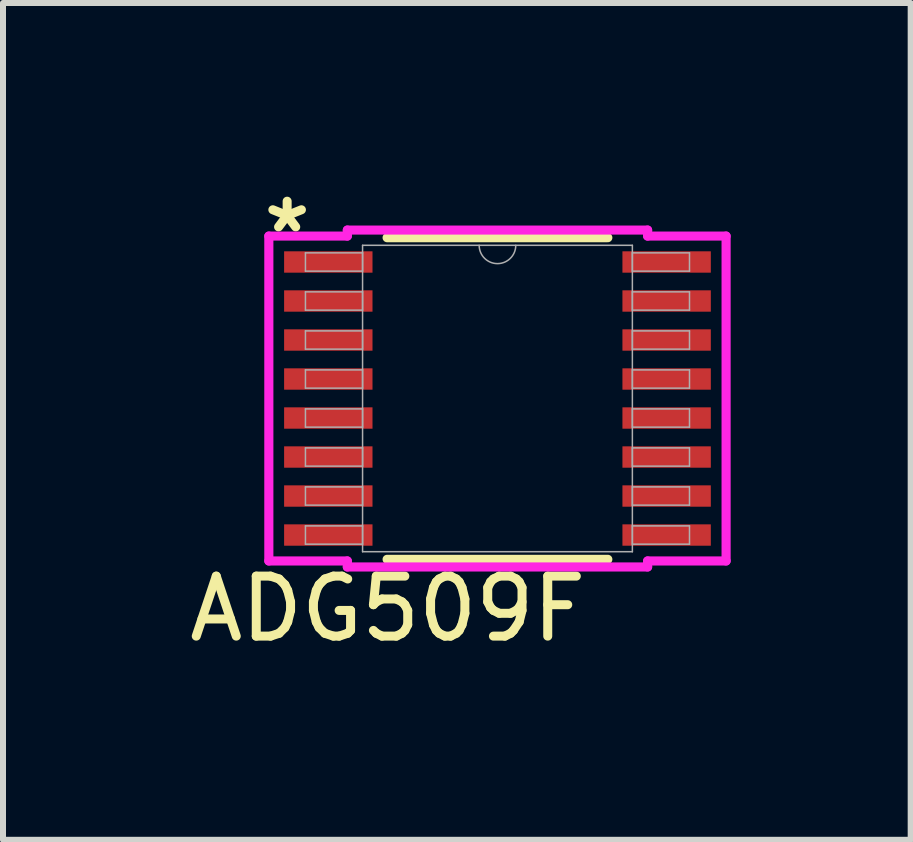
<source format=kicad_pcb>
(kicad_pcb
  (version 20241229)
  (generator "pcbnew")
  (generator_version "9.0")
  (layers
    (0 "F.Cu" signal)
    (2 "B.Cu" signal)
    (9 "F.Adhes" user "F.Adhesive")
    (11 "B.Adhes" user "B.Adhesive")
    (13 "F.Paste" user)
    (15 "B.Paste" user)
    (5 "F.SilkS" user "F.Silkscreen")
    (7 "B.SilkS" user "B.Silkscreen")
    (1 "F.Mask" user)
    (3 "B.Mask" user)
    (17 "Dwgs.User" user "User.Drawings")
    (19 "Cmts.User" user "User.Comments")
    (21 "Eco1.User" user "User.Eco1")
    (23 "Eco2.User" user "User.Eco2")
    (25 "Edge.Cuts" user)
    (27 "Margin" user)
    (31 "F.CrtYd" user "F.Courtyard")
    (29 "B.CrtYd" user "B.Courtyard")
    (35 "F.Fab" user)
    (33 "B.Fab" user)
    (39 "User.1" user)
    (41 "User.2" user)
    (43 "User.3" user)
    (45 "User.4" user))
  (footprint "ADG509F"
    (layer "F.Cu")
    (at 5.24 3.591)
    (property "Reference" "ADG509F" (at -1.829 3.505 0) (unlocked yes) (layer "F.SilkS") (effects (font (size 1 1) (thickness 0.15))))
    (attr smd)
    (fp_line (start -1.839 2.68) (end 1.839 2.68) (stroke (width 0.152) (type solid)) (layer "F.SilkS"))
    (fp_line (start 1.839 -2.68) (end -1.839 -2.68) (stroke (width 0.152) (type solid)) (layer "F.SilkS"))
    (fp_line (start -3.81 -2.707) (end -2.502 -2.707) (stroke (width 0.152) (type solid)) (layer "F.CrtYd"))
    (fp_line (start -3.81 2.707) (end -3.81 -2.707) (stroke (width 0.152) (type solid)) (layer "F.CrtYd"))
    (fp_line (start -3.81 2.707) (end -2.502 2.707) (stroke (width 0.152) (type solid)) (layer "F.CrtYd"))
    (fp_line (start -2.502 -2.807) (end 2.502 -2.807) (stroke (width 0.152) (type solid)) (layer "F.CrtYd"))
    (fp_line (start -2.502 -2.707) (end -2.502 -2.807) (stroke (width 0.152) (type solid)) (layer "F.CrtYd"))
    (fp_line (start -2.502 2.807) (end -2.502 2.707) (stroke (width 0.152) (type solid)) (layer "F.CrtYd"))
    (fp_line (start 2.502 -2.807) (end 2.502 -2.707) (stroke (width 0.152) (type solid)) (layer "F.CrtYd"))
    (fp_line (start 2.502 2.707) (end 2.502 2.807) (stroke (width 0.152) (type solid)) (layer "F.CrtYd"))
    (fp_line (start 2.502 2.807) (end -2.502 2.807) (stroke (width 0.152) (type solid)) (layer "F.CrtYd"))
    (fp_line (start 3.81 -2.707) (end 2.502 -2.707) (stroke (width 0.152) (type solid)) (layer "F.CrtYd"))
    (fp_line (start 3.81 -2.707) (end 3.81 2.707) (stroke (width 0.152) (type solid)) (layer "F.CrtYd"))
    (fp_line (start 3.81 2.707) (end 2.502 2.707) (stroke (width 0.152) (type solid)) (layer "F.CrtYd"))
    (fp_line (start -3.2 -2.427) (end -3.2 -2.123) (stroke (width 0.025) (type solid)) (layer "F.Fab"))
    (fp_line (start -3.2 -2.123) (end -2.248 -2.123) (stroke (width 0.025) (type solid)) (layer "F.Fab"))
    (fp_line (start -3.2 -1.777) (end -3.2 -1.473) (stroke (width 0.025) (type solid)) (layer "F.Fab"))
    (fp_line (start -3.2 -1.473) (end -2.248 -1.473) (stroke (width 0.025) (type solid)) (layer "F.Fab"))
    (fp_line (start -3.2 -1.127) (end -3.2 -0.823) (stroke (width 0.025) (type solid)) (layer "F.Fab"))
    (fp_line (start -3.2 -0.823) (end -2.248 -0.823) (stroke (width 0.025) (type solid)) (layer "F.Fab"))
    (fp_line (start -3.2 -0.477) (end -3.2 -0.173) (stroke (width 0.025) (type solid)) (layer "F.Fab"))
    (fp_line (start -3.2 -0.173) (end -2.248 -0.173) (stroke (width 0.025) (type solid)) (layer "F.Fab"))
    (fp_line (start -3.2 0.173) (end -3.2 0.477) (stroke (width 0.025) (type solid)) (layer "F.Fab"))
    (fp_line (start -3.2 0.477) (end -2.248 0.477) (stroke (width 0.025) (type solid)) (layer "F.Fab"))
    (fp_line (start -3.2 0.823) (end -3.2 1.127) (stroke (width 0.025) (type solid)) (layer "F.Fab"))
    (fp_line (start -3.2 1.127) (end -2.248 1.127) (stroke (width 0.025) (type solid)) (layer "F.Fab"))
    (fp_line (start -3.2 1.473) (end -3.2 1.777) (stroke (width 0.025) (type solid)) (layer "F.Fab"))
    (fp_line (start -3.2 1.777) (end -2.248 1.777) (stroke (width 0.025) (type solid)) (layer "F.Fab"))
    (fp_line (start -3.2 2.123) (end -3.2 2.427) (stroke (width 0.025) (type solid)) (layer "F.Fab"))
    (fp_line (start -3.2 2.427) (end -2.248 2.427) (stroke (width 0.025) (type solid)) (layer "F.Fab"))
    (fp_line (start -2.248 -2.553) (end -2.248 2.553) (stroke (width 0.025) (type solid)) (layer "F.Fab"))
    (fp_line (start -2.248 -2.427) (end -3.2 -2.427) (stroke (width 0.025) (type solid)) (layer "F.Fab"))
    (fp_line (start -2.248 -2.123) (end -2.248 -2.427) (stroke (width 0.025) (type solid)) (layer "F.Fab"))
    (fp_line (start -2.248 -1.777) (end -3.2 -1.777) (stroke (width 0.025) (type solid)) (layer "F.Fab"))
    (fp_line (start -2.248 -1.473) (end -2.248 -1.777) (stroke (width 0.025) (type solid)) (layer "F.Fab"))
    (fp_line (start -2.248 -1.127) (end -3.2 -1.127) (stroke (width 0.025) (type solid)) (layer "F.Fab"))
    (fp_line (start -2.248 -0.823) (end -2.248 -1.127) (stroke (width 0.025) (type solid)) (layer "F.Fab"))
    (fp_line (start -2.248 -0.477) (end -3.2 -0.477) (stroke (width 0.025) (type solid)) (layer "F.Fab"))
    (fp_line (start -2.248 -0.173) (end -2.248 -0.477) (stroke (width 0.025) (type solid)) (layer "F.Fab"))
    (fp_line (start -2.248 0.173) (end -3.2 0.173) (stroke (width 0.025) (type solid)) (layer "F.Fab"))
    (fp_line (start -2.248 0.477) (end -2.248 0.173) (stroke (width 0.025) (type solid)) (layer "F.Fab"))
    (fp_line (start -2.248 0.823) (end -3.2 0.823) (stroke (width 0.025) (type solid)) (layer "F.Fab"))
    (fp_line (start -2.248 1.127) (end -2.248 0.823) (stroke (width 0.025) (type solid)) (layer "F.Fab"))
    (fp_line (start -2.248 1.473) (end -3.2 1.473) (stroke (width 0.025) (type solid)) (layer "F.Fab"))
    (fp_line (start -2.248 1.777) (end -2.248 1.473) (stroke (width 0.025) (type solid)) (layer "F.Fab"))
    (fp_line (start -2.248 2.123) (end -3.2 2.123) (stroke (width 0.025) (type solid)) (layer "F.Fab"))
    (fp_line (start -2.248 2.427) (end -2.248 2.123) (stroke (width 0.025) (type solid)) (layer "F.Fab"))
    (fp_line (start -2.248 2.553) (end 2.248 2.553) (stroke (width 0.025) (type solid)) (layer "F.Fab"))
    (fp_line (start 2.248 -2.553) (end -2.248 -2.553) (stroke (width 0.025) (type solid)) (layer "F.Fab"))
    (fp_line (start 2.248 -2.427) (end 2.248 -2.123) (stroke (width 0.025) (type solid)) (layer "F.Fab"))
    (fp_line (start 2.248 -2.123) (end 3.2 -2.123) (stroke (width 0.025) (type solid)) (layer "F.Fab"))
    (fp_line (start 2.248 -1.777) (end 2.248 -1.473) (stroke (width 0.025) (type solid)) (layer "F.Fab"))
    (fp_line (start 2.248 -1.473) (end 3.2 -1.473) (stroke (width 0.025) (type solid)) (layer "F.Fab"))
    (fp_line (start 2.248 -1.127) (end 2.248 -0.823) (stroke (width 0.025) (type solid)) (layer "F.Fab"))
    (fp_line (start 2.248 -0.823) (end 3.2 -0.823) (stroke (width 0.025) (type solid)) (layer "F.Fab"))
    (fp_line (start 2.248 -0.477) (end 2.248 -0.173) (stroke (width 0.025) (type solid)) (layer "F.Fab"))
    (fp_line (start 2.248 -0.173) (end 3.2 -0.173) (stroke (width 0.025) (type solid)) (layer "F.Fab"))
    (fp_line (start 2.248 0.173) (end 2.248 0.477) (stroke (width 0.025) (type solid)) (layer "F.Fab"))
    (fp_line (start 2.248 0.477) (end 3.2 0.477) (stroke (width 0.025) (type solid)) (layer "F.Fab"))
    (fp_line (start 2.248 0.823) (end 2.248 1.127) (stroke (width 0.025) (type solid)) (layer "F.Fab"))
    (fp_line (start 2.248 1.127) (end 3.2 1.127) (stroke (width 0.025) (type solid)) (layer "F.Fab"))
    (fp_line (start 2.248 1.473) (end 2.248 1.777) (stroke (width 0.025) (type solid)) (layer "F.Fab"))
    (fp_line (start 2.248 1.777) (end 3.2 1.777) (stroke (width 0.025) (type solid)) (layer "F.Fab"))
    (fp_line (start 2.248 2.123) (end 2.248 2.427) (stroke (width 0.025) (type solid)) (layer "F.Fab"))
    (fp_line (start 2.248 2.427) (end 3.2 2.427) (stroke (width 0.025) (type solid)) (layer "F.Fab"))
    (fp_line (start 2.248 2.553) (end 2.248 -2.553) (stroke (width 0.025) (type solid)) (layer "F.Fab"))
    (fp_line (start 3.2 -2.427) (end 2.248 -2.427) (stroke (width 0.025) (type solid)) (layer "F.Fab"))
    (fp_line (start 3.2 -2.123) (end 3.2 -2.427) (stroke (width 0.025) (type solid)) (layer "F.Fab"))
    (fp_line (start 3.2 -1.777) (end 2.248 -1.777) (stroke (width 0.025) (type solid)) (layer "F.Fab"))
    (fp_line (start 3.2 -1.473) (end 3.2 -1.777) (stroke (width 0.025) (type solid)) (layer "F.Fab"))
    (fp_line (start 3.2 -1.127) (end 2.248 -1.127) (stroke (width 0.025) (type solid)) (layer "F.Fab"))
    (fp_line (start 3.2 -0.823) (end 3.2 -1.127) (stroke (width 0.025) (type solid)) (layer "F.Fab"))
    (fp_line (start 3.2 -0.477) (end 2.248 -0.477) (stroke (width 0.025) (type solid)) (layer "F.Fab"))
    (fp_line (start 3.2 -0.173) (end 3.2 -0.477) (stroke (width 0.025) (type solid)) (layer "F.Fab"))
    (fp_line (start 3.2 0.173) (end 2.248 0.173) (stroke (width 0.025) (type solid)) (layer "F.Fab"))
    (fp_line (start 3.2 0.477) (end 3.2 0.173) (stroke (width 0.025) (type solid)) (layer "F.Fab"))
    (fp_line (start 3.2 0.823) (end 2.248 0.823) (stroke (width 0.025) (type solid)) (layer "F.Fab"))
    (fp_line (start 3.2 1.127) (end 3.2 0.823) (stroke (width 0.025) (type solid)) (layer "F.Fab"))
    (fp_line (start 3.2 1.473) (end 2.248 1.473) (stroke (width 0.025) (type solid)) (layer "F.Fab"))
    (fp_line (start 3.2 1.777) (end 3.2 1.473) (stroke (width 0.025) (type solid)) (layer "F.Fab"))
    (fp_line (start 3.2 2.123) (end 2.248 2.123) (stroke (width 0.025) (type solid)) (layer "F.Fab"))
    (fp_line (start 3.2 2.427) (end 3.2 2.123) (stroke (width 0.025) (type solid)) (layer "F.Fab"))
    (fp_arc (start 0.3048 -2.5527) (mid 0 -2.2479) (end -0.3048 -2.5527) (stroke (width 0.0254) (type solid)) (layer "F.Fab"))
    (fp_text user "*" (at -3.505 -2.743 0) (unlocked yes) (layer "F.SilkS") (effects (font (size 1 1) (thickness 0.15))))
    (pad "1" smd rect (at -2.819 -2.275) (size 1.473 0.356) (layers "F.Cu" "F.Mask" "F.Paste"))
    (pad "2" smd rect (at -2.819 -1.625) (size 1.473 0.356) (layers "F.Cu" "F.Mask" "F.Paste"))
    (pad "3" smd rect (at -2.819 -0.975) (size 1.473 0.356) (layers "F.Cu" "F.Mask" "F.Paste"))
    (pad "4" smd rect (at -2.819 -0.325) (size 1.473 0.356) (layers "F.Cu" "F.Mask" "F.Paste"))
    (pad "5" smd rect (at -2.819 0.325) (size 1.473 0.356) (layers "F.Cu" "F.Mask" "F.Paste"))
    (pad "6" smd rect (at -2.819 0.975) (size 1.473 0.356) (layers "F.Cu" "F.Mask" "F.Paste"))
    (pad "7" smd rect (at -2.819 1.625) (size 1.473 0.356) (layers "F.Cu" "F.Mask" "F.Paste"))
    (pad "8" smd rect (at -2.819 2.275) (size 1.473 0.356) (layers "F.Cu" "F.Mask" "F.Paste"))
    (pad "9" smd rect (at 2.819 2.275) (size 1.473 0.356) (layers "F.Cu" "F.Mask" "F.Paste"))
    (pad "10" smd rect (at 2.819 1.625) (size 1.473 0.356) (layers "F.Cu" "F.Mask" "F.Paste"))
    (pad "11" smd rect (at 2.819 0.975) (size 1.473 0.356) (layers "F.Cu" "F.Mask" "F.Paste"))
    (pad "12" smd rect (at 2.819 0.325) (size 1.473 0.356) (layers "F.Cu" "F.Mask" "F.Paste"))
    (pad "13" smd rect (at 2.819 -0.325) (size 1.473 0.356) (layers "F.Cu" "F.Mask" "F.Paste"))
    (pad "14" smd rect (at 2.819 -0.975) (size 1.473 0.356) (layers "F.Cu" "F.Mask" "F.Paste"))
    (pad "15" smd rect (at 2.819 -1.625) (size 1.473 0.356) (layers "F.Cu" "F.Mask" "F.Paste"))
    (pad "16" smd rect (at 2.819 -2.275) (size 1.473 0.356) (layers "F.Cu" "F.Mask" "F.Paste")))
  (gr_rect
    (start -3 -3)
    (end 12.126 10.945)
    (stroke (width 0.1) (type default))
    (fill no)
    (layer "Edge.Cuts")))
</source>
